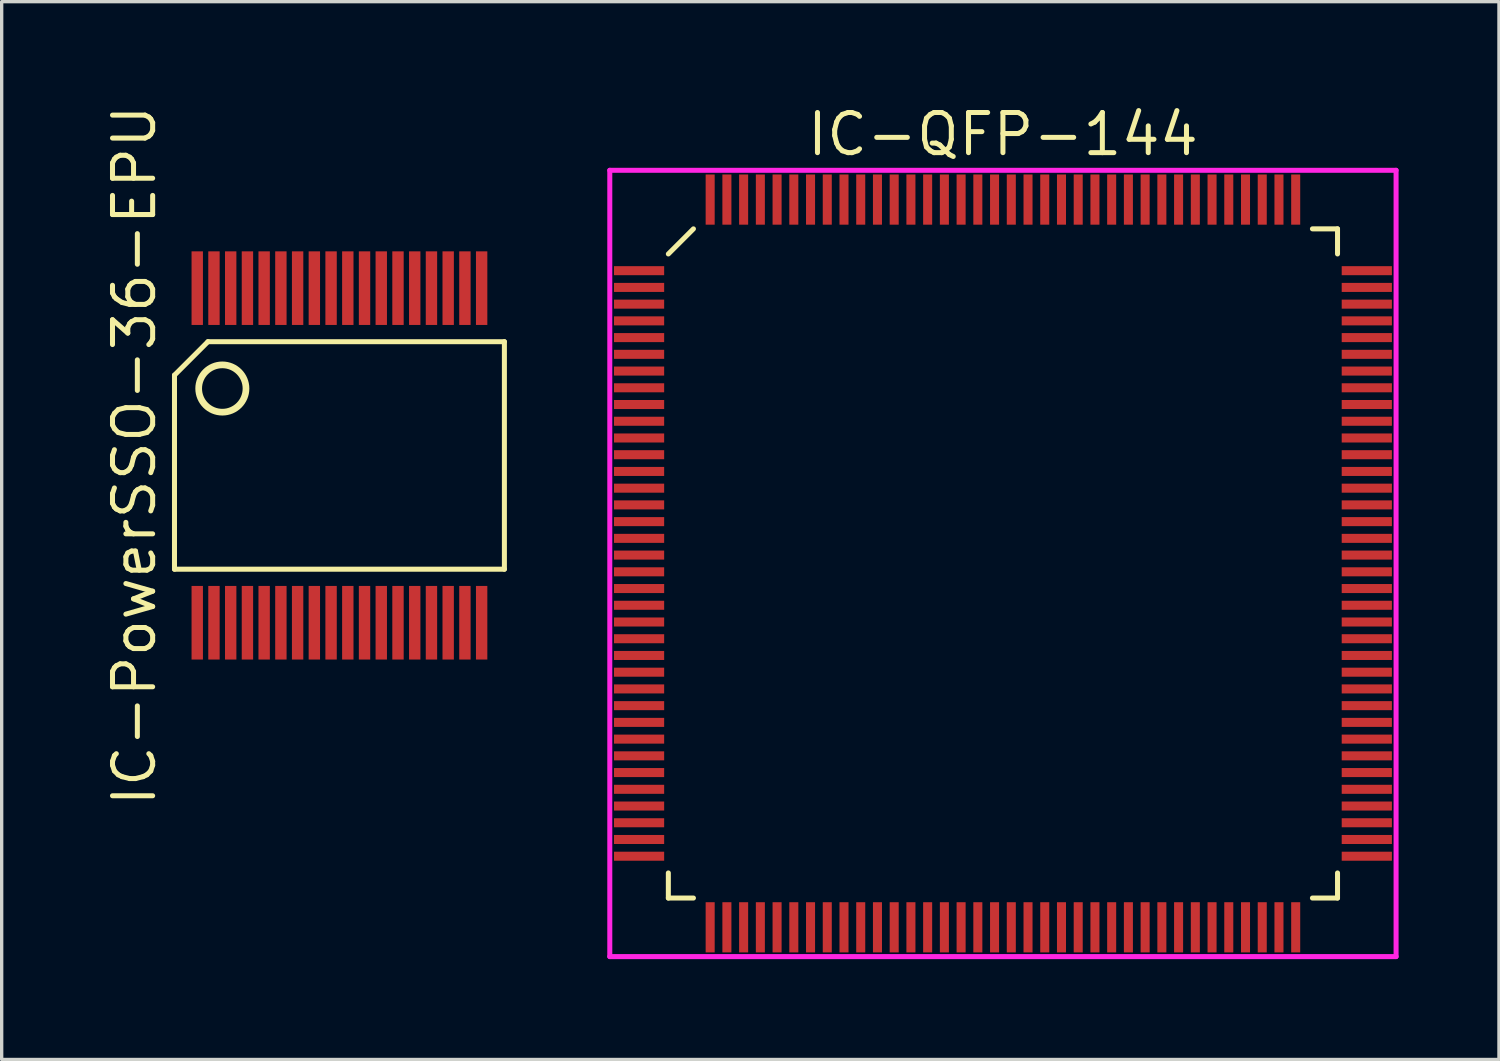
<source format=kicad_pcb>
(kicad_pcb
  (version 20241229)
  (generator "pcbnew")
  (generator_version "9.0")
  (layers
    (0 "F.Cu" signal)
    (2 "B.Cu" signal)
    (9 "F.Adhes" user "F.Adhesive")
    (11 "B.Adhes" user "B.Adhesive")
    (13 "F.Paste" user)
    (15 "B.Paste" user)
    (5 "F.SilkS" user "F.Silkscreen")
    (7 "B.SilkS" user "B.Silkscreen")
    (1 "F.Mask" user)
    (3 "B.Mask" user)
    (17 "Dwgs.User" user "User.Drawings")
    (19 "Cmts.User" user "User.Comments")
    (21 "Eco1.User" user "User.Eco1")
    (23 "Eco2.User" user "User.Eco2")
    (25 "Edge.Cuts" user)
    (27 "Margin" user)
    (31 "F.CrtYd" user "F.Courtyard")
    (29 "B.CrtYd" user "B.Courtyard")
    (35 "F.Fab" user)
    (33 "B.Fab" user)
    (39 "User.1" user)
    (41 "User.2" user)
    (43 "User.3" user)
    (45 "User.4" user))
  (footprint "IC-QFP-144"
    (layer "F.Cu")
    (at 26.925 13.79)
    (property "Reference" "IC-QFP-144" (at 0 -12.825 0) (layer "F.SilkS") (effects (font (size 1.2 1.2) (thickness 0.15))))
    (attr through_hole)
    (fp_line (start -10 -9.25) (end -9.25 -10) (stroke (width 0.15) (type solid)) (layer "F.SilkS"))
    (fp_line (start -10 10) (end -10 9.25) (stroke (width 0.15) (type solid)) (layer "F.SilkS"))
    (fp_line (start -9.25 10) (end -10 10) (stroke (width 0.15) (type solid)) (layer "F.SilkS"))
    (fp_line (start 9.25 -10) (end 10 -10) (stroke (width 0.15) (type solid)) (layer "F.SilkS"))
    (fp_line (start 9.25 10) (end 10 10) (stroke (width 0.15) (type solid)) (layer "F.SilkS"))
    (fp_line (start 10 -10) (end 10 -9.25) (stroke (width 0.15) (type solid)) (layer "F.SilkS"))
    (fp_line (start 10 10) (end 10 9.25) (stroke (width 0.15) (type solid)) (layer "F.SilkS"))
    (fp_line (start -11.75 -11.75) (end 11.75 -11.75) (stroke (width 0.15) (type solid)) (layer "F.CrtYd"))
    (fp_line (start -11.75 11.75) (end -11.75 -11.75) (stroke (width 0.15) (type solid)) (layer "F.CrtYd"))
    (fp_line (start 11.75 -11.75) (end 11.75 11.75) (stroke (width 0.15) (type solid)) (layer "F.CrtYd"))
    (fp_line (start 11.75 11.75) (end -11.75 11.75) (stroke (width 0.15) (type solid)) (layer "F.CrtYd"))
    (pad "1" smd rect (at -10.875 -8.75 90) (size 0.27 1.5) (layers "F.Cu" "F.Mask" "F.Paste"))
    (pad "2" smd rect (at -10.875 -8.25 90) (size 0.27 1.5) (layers "F.Cu" "F.Mask" "F.Paste"))
    (pad "3" smd rect (at -10.875 -7.75 90) (size 0.27 1.5) (layers "F.Cu" "F.Mask" "F.Paste"))
    (pad "4" smd rect (at -10.875 -7.25 90) (size 0.27 1.5) (layers "F.Cu" "F.Mask" "F.Paste"))
    (pad "5" smd rect (at -10.875 -6.75 90) (size 0.27 1.5) (layers "F.Cu" "F.Mask" "F.Paste"))
    (pad "6" smd rect (at -10.875 -6.25 90) (size 0.27 1.5) (layers "F.Cu" "F.Mask" "F.Paste"))
    (pad "7" smd rect (at -10.875 -5.75 90) (size 0.27 1.5) (layers "F.Cu" "F.Mask" "F.Paste"))
    (pad "8" smd rect (at -10.875 -5.25 90) (size 0.27 1.5) (layers "F.Cu" "F.Mask" "F.Paste"))
    (pad "9" smd rect (at -10.875 -4.75 90) (size 0.27 1.5) (layers "F.Cu" "F.Mask" "F.Paste"))
    (pad "10" smd rect (at -10.875 -4.25 90) (size 0.27 1.5) (layers "F.Cu" "F.Mask" "F.Paste"))
    (pad "11" smd rect (at -10.875 -3.75 90) (size 0.27 1.5) (layers "F.Cu" "F.Mask" "F.Paste"))
    (pad "12" smd rect (at -10.875 -3.25 90) (size 0.27 1.5) (layers "F.Cu" "F.Mask" "F.Paste"))
    (pad "13" smd rect (at -10.875 -2.75 90) (size 0.27 1.5) (layers "F.Cu" "F.Mask" "F.Paste"))
    (pad "14" smd rect (at -10.875 -2.25 90) (size 0.27 1.5) (layers "F.Cu" "F.Mask" "F.Paste"))
    (pad "15" smd rect (at -10.875 -1.75 90) (size 0.27 1.5) (layers "F.Cu" "F.Mask" "F.Paste"))
    (pad "16" smd rect (at -10.875 -1.25 90) (size 0.27 1.5) (layers "F.Cu" "F.Mask" "F.Paste"))
    (pad "17" smd rect (at -10.875 -0.75 90) (size 0.27 1.5) (layers "F.Cu" "F.Mask" "F.Paste"))
    (pad "18" smd rect (at -10.875 -0.25 90) (size 0.27 1.5) (layers "F.Cu" "F.Mask" "F.Paste"))
    (pad "19" smd rect (at -10.875 0.25 90) (size 0.27 1.5) (layers "F.Cu" "F.Mask" "F.Paste"))
    (pad "20" smd rect (at -10.875 0.75 90) (size 0.27 1.5) (layers "F.Cu" "F.Mask" "F.Paste"))
    (pad "21" smd rect (at -10.875 1.25 90) (size 0.27 1.5) (layers "F.Cu" "F.Mask" "F.Paste"))
    (pad "22" smd rect (at -10.875 1.75 90) (size 0.27 1.5) (layers "F.Cu" "F.Mask" "F.Paste"))
    (pad "23" smd rect (at -10.875 2.25 90) (size 0.27 1.5) (layers "F.Cu" "F.Mask" "F.Paste"))
    (pad "24" smd rect (at -10.875 2.75 90) (size 0.27 1.5) (layers "F.Cu" "F.Mask" "F.Paste"))
    (pad "25" smd rect (at -10.875 3.25 90) (size 0.27 1.5) (layers "F.Cu" "F.Mask" "F.Paste"))
    (pad "26" smd rect (at -10.875 3.75 90) (size 0.27 1.5) (layers "F.Cu" "F.Mask" "F.Paste"))
    (pad "27" smd rect (at -10.875 4.25 90) (size 0.27 1.5) (layers "F.Cu" "F.Mask" "F.Paste"))
    (pad "28" smd rect (at -10.875 4.75 90) (size 0.27 1.5) (layers "F.Cu" "F.Mask" "F.Paste"))
    (pad "29" smd rect (at -10.875 5.25 90) (size 0.27 1.5) (layers "F.Cu" "F.Mask" "F.Paste"))
    (pad "30" smd rect (at -10.875 5.75 90) (size 0.27 1.5) (layers "F.Cu" "F.Mask" "F.Paste"))
    (pad "31" smd rect (at -10.875 6.25 90) (size 0.27 1.5) (layers "F.Cu" "F.Mask" "F.Paste"))
    (pad "32" smd rect (at -10.875 6.75 90) (size 0.27 1.5) (layers "F.Cu" "F.Mask" "F.Paste"))
    (pad "33" smd rect (at -10.875 7.25 90) (size 0.27 1.5) (layers "F.Cu" "F.Mask" "F.Paste"))
    (pad "34" smd rect (at -10.875 7.75 90) (size 0.27 1.5) (layers "F.Cu" "F.Mask" "F.Paste"))
    (pad "35" smd rect (at -10.875 8.25 90) (size 0.27 1.5) (layers "F.Cu" "F.Mask" "F.Paste"))
    (pad "36" smd rect (at -10.875 8.75 90) (size 0.27 1.5) (layers "F.Cu" "F.Mask" "F.Paste"))
    (pad "37" smd rect (at -8.75 10.875) (size 0.27 1.5) (layers "F.Cu" "F.Mask" "F.Paste"))
    (pad "38" smd rect (at -8.25 10.875) (size 0.27 1.5) (layers "F.Cu" "F.Mask" "F.Paste"))
    (pad "39" smd rect (at -7.75 10.875) (size 0.27 1.5) (layers "F.Cu" "F.Mask" "F.Paste"))
    (pad "40" smd rect (at -7.25 10.875) (size 0.27 1.5) (layers "F.Cu" "F.Mask" "F.Paste"))
    (pad "41" smd rect (at -6.75 10.875) (size 0.27 1.5) (layers "F.Cu" "F.Mask" "F.Paste"))
    (pad "42" smd rect (at -6.25 10.875) (size 0.27 1.5) (layers "F.Cu" "F.Mask" "F.Paste"))
    (pad "43" smd rect (at -5.75 10.875) (size 0.27 1.5) (layers "F.Cu" "F.Mask" "F.Paste"))
    (pad "44" smd rect (at -5.25 10.875) (size 0.27 1.5) (layers "F.Cu" "F.Mask" "F.Paste"))
    (pad "45" smd rect (at -4.75 10.875) (size 0.27 1.5) (layers "F.Cu" "F.Mask" "F.Paste"))
    (pad "46" smd rect (at -4.25 10.875) (size 0.27 1.5) (layers "F.Cu" "F.Mask" "F.Paste"))
    (pad "47" smd rect (at -3.75 10.875) (size 0.27 1.5) (layers "F.Cu" "F.Mask" "F.Paste"))
    (pad "48" smd rect (at -3.25 10.875) (size 0.27 1.5) (layers "F.Cu" "F.Mask" "F.Paste"))
    (pad "49" smd rect (at -2.75 10.875) (size 0.27 1.5) (layers "F.Cu" "F.Mask" "F.Paste"))
    (pad "50" smd rect (at -2.25 10.875) (size 0.27 1.5) (layers "F.Cu" "F.Mask" "F.Paste"))
    (pad "51" smd rect (at -1.75 10.875) (size 0.27 1.5) (layers "F.Cu" "F.Mask" "F.Paste"))
    (pad "52" smd rect (at -1.25 10.875) (size 0.27 1.5) (layers "F.Cu" "F.Mask" "F.Paste"))
    (pad "53" smd rect (at -0.75 10.875) (size 0.27 1.5) (layers "F.Cu" "F.Mask" "F.Paste"))
    (pad "54" smd rect (at -0.25 10.875) (size 0.27 1.5) (layers "F.Cu" "F.Mask" "F.Paste"))
    (pad "55" smd rect (at 0.25 10.875) (size 0.27 1.5) (layers "F.Cu" "F.Mask" "F.Paste"))
    (pad "56" smd rect (at 0.75 10.875) (size 0.27 1.5) (layers "F.Cu" "F.Mask" "F.Paste"))
    (pad "57" smd rect (at 1.25 10.875) (size 0.27 1.5) (layers "F.Cu" "F.Mask" "F.Paste"))
    (pad "58" smd rect (at 1.75 10.875) (size 0.27 1.5) (layers "F.Cu" "F.Mask" "F.Paste"))
    (pad "59" smd rect (at 2.25 10.875) (size 0.27 1.5) (layers "F.Cu" "F.Mask" "F.Paste"))
    (pad "60" smd rect (at 2.75 10.875) (size 0.27 1.5) (layers "F.Cu" "F.Mask" "F.Paste"))
    (pad "61" smd rect (at 3.25 10.875) (size 0.27 1.5) (layers "F.Cu" "F.Mask" "F.Paste"))
    (pad "62" smd rect (at 3.75 10.875) (size 0.27 1.5) (layers "F.Cu" "F.Mask" "F.Paste"))
    (pad "63" smd rect (at 4.25 10.875) (size 0.27 1.5) (layers "F.Cu" "F.Mask" "F.Paste"))
    (pad "64" smd rect (at 4.75 10.875) (size 0.27 1.5) (layers "F.Cu" "F.Mask" "F.Paste"))
    (pad "65" smd rect (at 5.25 10.875) (size 0.27 1.5) (layers "F.Cu" "F.Mask" "F.Paste"))
    (pad "66" smd rect (at 5.75 10.875) (size 0.27 1.5) (layers "F.Cu" "F.Mask" "F.Paste"))
    (pad "67" smd rect (at 6.25 10.875) (size 0.27 1.5) (layers "F.Cu" "F.Mask" "F.Paste"))
    (pad "68" smd rect (at 6.75 10.875) (size 0.27 1.5) (layers "F.Cu" "F.Mask" "F.Paste"))
    (pad "69" smd rect (at 7.25 10.875) (size 0.27 1.5) (layers "F.Cu" "F.Mask" "F.Paste"))
    (pad "70" smd rect (at 7.75 10.875) (size 0.27 1.5) (layers "F.Cu" "F.Mask" "F.Paste"))
    (pad "71" smd rect (at 8.25 10.875) (size 0.27 1.5) (layers "F.Cu" "F.Mask" "F.Paste"))
    (pad "72" smd rect (at 8.75 10.875) (size 0.27 1.5) (layers "F.Cu" "F.Mask" "F.Paste"))
    (pad "73" smd rect (at 10.875 8.75 90) (size 0.27 1.5) (layers "F.Cu" "F.Mask" "F.Paste"))
    (pad "74" smd rect (at 10.875 8.25 90) (size 0.27 1.5) (layers "F.Cu" "F.Mask" "F.Paste"))
    (pad "75" smd rect (at 10.875 7.75 90) (size 0.27 1.5) (layers "F.Cu" "F.Mask" "F.Paste"))
    (pad "76" smd rect (at 10.875 7.25 90) (size 0.27 1.5) (layers "F.Cu" "F.Mask" "F.Paste"))
    (pad "77" smd rect (at 10.875 6.75 90) (size 0.27 1.5) (layers "F.Cu" "F.Mask" "F.Paste"))
    (pad "78" smd rect (at 10.875 6.25 90) (size 0.27 1.5) (layers "F.Cu" "F.Mask" "F.Paste"))
    (pad "79" smd rect (at 10.875 5.75 90) (size 0.27 1.5) (layers "F.Cu" "F.Mask" "F.Paste"))
    (pad "80" smd rect (at 10.875 5.25 90) (size 0.27 1.5) (layers "F.Cu" "F.Mask" "F.Paste"))
    (pad "81" smd rect (at 10.875 4.75 90) (size 0.27 1.5) (layers "F.Cu" "F.Mask" "F.Paste"))
    (pad "82" smd rect (at 10.875 4.25 90) (size 0.27 1.5) (layers "F.Cu" "F.Mask" "F.Paste"))
    (pad "83" smd rect (at 10.875 3.75 90) (size 0.27 1.5) (layers "F.Cu" "F.Mask" "F.Paste"))
    (pad "84" smd rect (at 10.875 3.25 90) (size 0.27 1.5) (layers "F.Cu" "F.Mask" "F.Paste"))
    (pad "85" smd rect (at 10.875 2.75 90) (size 0.27 1.5) (layers "F.Cu" "F.Mask" "F.Paste"))
    (pad "86" smd rect (at 10.875 2.25 90) (size 0.27 1.5) (layers "F.Cu" "F.Mask" "F.Paste"))
    (pad "87" smd rect (at 10.875 1.75 90) (size 0.27 1.5) (layers "F.Cu" "F.Mask" "F.Paste"))
    (pad "88" smd rect (at 10.875 1.25 90) (size 0.27 1.5) (layers "F.Cu" "F.Mask" "F.Paste"))
    (pad "89" smd rect (at 10.875 0.75 90) (size 0.27 1.5) (layers "F.Cu" "F.Mask" "F.Paste"))
    (pad "90" smd rect (at 10.875 0.25 90) (size 0.27 1.5) (layers "F.Cu" "F.Mask" "F.Paste"))
    (pad "91" smd rect (at 10.875 -0.25 90) (size 0.27 1.5) (layers "F.Cu" "F.Mask" "F.Paste"))
    (pad "92" smd rect (at 10.875 -0.75 90) (size 0.27 1.5) (layers "F.Cu" "F.Mask" "F.Paste"))
    (pad "93" smd rect (at 10.875 -1.25 90) (size 0.27 1.5) (layers "F.Cu" "F.Mask" "F.Paste"))
    (pad "94" smd rect (at 10.875 -1.75 90) (size 0.27 1.5) (layers "F.Cu" "F.Mask" "F.Paste"))
    (pad "95" smd rect (at 10.875 -2.25 90) (size 0.27 1.5) (layers "F.Cu" "F.Mask" "F.Paste"))
    (pad "96" smd rect (at 10.875 -2.75 90) (size 0.27 1.5) (layers "F.Cu" "F.Mask" "F.Paste"))
    (pad "97" smd rect (at 10.875 -3.25 90) (size 0.27 1.5) (layers "F.Cu" "F.Mask" "F.Paste"))
    (pad "98" smd rect (at 10.875 -3.75 90) (size 0.27 1.5) (layers "F.Cu" "F.Mask" "F.Paste"))
    (pad "99" smd rect (at 10.875 -4.25 90) (size 0.27 1.5) (layers "F.Cu" "F.Mask" "F.Paste"))
    (pad "100" smd rect (at 10.875 -4.75 90) (size 0.27 1.5) (layers "F.Cu" "F.Mask" "F.Paste"))
    (pad "101" smd rect (at 10.875 -5.25 90) (size 0.27 1.5) (layers "F.Cu" "F.Mask" "F.Paste"))
    (pad "102" smd rect (at 10.875 -5.75 90) (size 0.27 1.5) (layers "F.Cu" "F.Mask" "F.Paste"))
    (pad "103" smd rect (at 10.875 -6.25 90) (size 0.27 1.5) (layers "F.Cu" "F.Mask" "F.Paste"))
    (pad "104" smd rect (at 10.875 -6.75 90) (size 0.27 1.5) (layers "F.Cu" "F.Mask" "F.Paste"))
    (pad "105" smd rect (at 10.875 -7.25 90) (size 0.27 1.5) (layers "F.Cu" "F.Mask" "F.Paste"))
    (pad "106" smd rect (at 10.875 -7.75 90) (size 0.27 1.5) (layers "F.Cu" "F.Mask" "F.Paste"))
    (pad "107" smd rect (at 10.875 -8.25 90) (size 0.27 1.5) (layers "F.Cu" "F.Mask" "F.Paste"))
    (pad "108" smd rect (at 10.875 -8.75 90) (size 0.27 1.5) (layers "F.Cu" "F.Mask" "F.Paste"))
    (pad "109" smd rect (at 8.75 -10.875) (size 0.27 1.5) (layers "F.Cu" "F.Mask" "F.Paste"))
    (pad "110" smd rect (at 8.25 -10.875) (size 0.27 1.5) (layers "F.Cu" "F.Mask" "F.Paste"))
    (pad "111" smd rect (at 7.75 -10.875) (size 0.27 1.5) (layers "F.Cu" "F.Mask" "F.Paste"))
    (pad "112" smd rect (at 7.25 -10.875) (size 0.27 1.5) (layers "F.Cu" "F.Mask" "F.Paste"))
    (pad "113" smd rect (at 6.75 -10.875) (size 0.27 1.5) (layers "F.Cu" "F.Mask" "F.Paste"))
    (pad "114" smd rect (at 6.25 -10.875) (size 0.27 1.5) (layers "F.Cu" "F.Mask" "F.Paste"))
    (pad "115" smd rect (at 5.75 -10.875) (size 0.27 1.5) (layers "F.Cu" "F.Mask" "F.Paste"))
    (pad "116" smd rect (at 5.25 -10.875) (size 0.27 1.5) (layers "F.Cu" "F.Mask" "F.Paste"))
    (pad "117" smd rect (at 4.75 -10.875) (size 0.27 1.5) (layers "F.Cu" "F.Mask" "F.Paste"))
    (pad "118" smd rect (at 4.25 -10.875) (size 0.27 1.5) (layers "F.Cu" "F.Mask" "F.Paste"))
    (pad "119" smd rect (at 3.75 -10.875) (size 0.27 1.5) (layers "F.Cu" "F.Mask" "F.Paste"))
    (pad "120" smd rect (at 3.25 -10.875) (size 0.27 1.5) (layers "F.Cu" "F.Mask" "F.Paste"))
    (pad "121" smd rect (at 2.75 -10.875) (size 0.27 1.5) (layers "F.Cu" "F.Mask" "F.Paste"))
    (pad "122" smd rect (at 2.25 -10.875) (size 0.27 1.5) (layers "F.Cu" "F.Mask" "F.Paste"))
    (pad "123" smd rect (at 1.75 -10.875) (size 0.27 1.5) (layers "F.Cu" "F.Mask" "F.Paste"))
    (pad "124" smd rect (at 1.25 -10.875) (size 0.27 1.5) (layers "F.Cu" "F.Mask" "F.Paste"))
    (pad "125" smd rect (at 0.75 -10.875) (size 0.27 1.5) (layers "F.Cu" "F.Mask" "F.Paste"))
    (pad "126" smd rect (at 0.25 -10.875) (size 0.27 1.5) (layers "F.Cu" "F.Mask" "F.Paste"))
    (pad "127" smd rect (at -0.25 -10.875) (size 0.27 1.5) (layers "F.Cu" "F.Mask" "F.Paste"))
    (pad "128" smd rect (at -0.75 -10.875) (size 0.27 1.5) (layers "F.Cu" "F.Mask" "F.Paste"))
    (pad "129" smd rect (at -1.25 -10.875) (size 0.27 1.5) (layers "F.Cu" "F.Mask" "F.Paste"))
    (pad "130" smd rect (at -1.75 -10.875) (size 0.27 1.5) (layers "F.Cu" "F.Mask" "F.Paste"))
    (pad "131" smd rect (at -2.25 -10.875) (size 0.27 1.5) (layers "F.Cu" "F.Mask" "F.Paste"))
    (pad "132" smd rect (at -2.75 -10.875) (size 0.27 1.5) (layers "F.Cu" "F.Mask" "F.Paste"))
    (pad "133" smd rect (at -3.25 -10.875) (size 0.27 1.5) (layers "F.Cu" "F.Mask" "F.Paste"))
    (pad "134" smd rect (at -3.75 -10.875) (size 0.27 1.5) (layers "F.Cu" "F.Mask" "F.Paste"))
    (pad "135" smd rect (at -4.25 -10.875) (size 0.27 1.5) (layers "F.Cu" "F.Mask" "F.Paste"))
    (pad "136" smd rect (at -4.75 -10.875) (size 0.27 1.5) (layers "F.Cu" "F.Mask" "F.Paste"))
    (pad "137" smd rect (at -5.25 -10.875) (size 0.27 1.5) (layers "F.Cu" "F.Mask" "F.Paste"))
    (pad "138" smd rect (at -5.75 -10.875) (size 0.27 1.5) (layers "F.Cu" "F.Mask" "F.Paste"))
    (pad "139" smd rect (at -6.25 -10.875) (size 0.27 1.5) (layers "F.Cu" "F.Mask" "F.Paste"))
    (pad "140" smd rect (at -6.75 -10.875) (size 0.27 1.5) (layers "F.Cu" "F.Mask" "F.Paste"))
    (pad "141" smd rect (at -7.25 -10.875) (size 0.27 1.5) (layers "F.Cu" "F.Mask" "F.Paste"))
    (pad "142" smd rect (at -7.75 -10.875) (size 0.27 1.5) (layers "F.Cu" "F.Mask" "F.Paste"))
    (pad "143" smd rect (at -8.25 -10.875) (size 0.27 1.5) (layers "F.Cu" "F.Mask" "F.Paste"))
    (pad "144" smd rect (at -8.75 -10.875) (size 0.27 1.5) (layers "F.Cu" "F.Mask" "F.Paste")))
  (footprint "IC-PowerSSO-36-EPU"
    (layer "F.Cu")
    (at 7.095 10.562)
    (property "Reference" "IC-PowerSSO-36-EPU" (at -6.13 0 90) (layer "F.SilkS") (effects (font (size 1.2 1.2) (thickness 0.15))))
    (attr through_hole)
    (fp_line (start -4.93 -2.4) (end -4.93 3.4) (stroke (width 0.15) (type solid)) (layer "F.SilkS"))
    (fp_line (start -4.93 3.4) (end 4.93 3.4) (stroke (width 0.15) (type solid)) (layer "F.SilkS"))
    (fp_line (start -3.93 -3.4) (end -4.93 -2.4) (stroke (width 0.15) (type solid)) (layer "F.SilkS"))
    (fp_line (start 4.93 -3.4) (end -3.93 -3.4) (stroke (width 0.15) (type solid)) (layer "F.SilkS"))
    (fp_line (start 4.93 3.4) (end 4.93 -3.4) (stroke (width 0.15) (type solid)) (layer "F.SilkS"))
    (fp_circle (center -3.5 -2) (end -3 -1.5) (stroke (width 0.2) (type solid)) (fill no) (layer "F.SilkS"))
    (pad "1" smd rect (at -4.25 -5) (size 0.34 2.2) (layers "F.Cu" "F.Mask" "F.Paste"))
    (pad "2" smd rect (at -3.75 -5) (size 0.34 2.2) (layers "F.Cu" "F.Mask" "F.Paste"))
    (pad "3" smd rect (at -3.25 -5) (size 0.34 2.2) (layers "F.Cu" "F.Mask" "F.Paste"))
    (pad "4" smd rect (at -2.75 -5) (size 0.34 2.2) (layers "F.Cu" "F.Mask" "F.Paste"))
    (pad "5" smd rect (at -2.25 -5) (size 0.34 2.2) (layers "F.Cu" "F.Mask" "F.Paste"))
    (pad "6" smd rect (at -1.75 -5) (size 0.34 2.2) (layers "F.Cu" "F.Mask" "F.Paste"))
    (pad "7" smd rect (at -1.25 -5) (size 0.34 2.2) (layers "F.Cu" "F.Mask" "F.Paste"))
    (pad "8" smd rect (at -0.75 -5) (size 0.34 2.2) (layers "F.Cu" "F.Mask" "F.Paste"))
    (pad "9" smd rect (at -0.25 -5) (size 0.34 2.2) (layers "F.Cu" "F.Mask" "F.Paste"))
    (pad "10" smd rect (at 0.25 -5) (size 0.34 2.2) (layers "F.Cu" "F.Mask" "F.Paste"))
    (pad "11" smd rect (at 0.75 -5) (size 0.34 2.2) (layers "F.Cu" "F.Mask" "F.Paste"))
    (pad "12" smd rect (at 1.25 -5) (size 0.34 2.2) (layers "F.Cu" "F.Mask" "F.Paste"))
    (pad "13" smd rect (at 1.75 -5) (size 0.34 2.2) (layers "F.Cu" "F.Mask" "F.Paste"))
    (pad "14" smd rect (at 2.25 -5) (size 0.34 2.2) (layers "F.Cu" "F.Mask" "F.Paste"))
    (pad "15" smd rect (at 2.75 -5) (size 0.34 2.2) (layers "F.Cu" "F.Mask" "F.Paste"))
    (pad "16" smd rect (at 3.25 -5) (size 0.34 2.2) (layers "F.Cu" "F.Mask" "F.Paste"))
    (pad "17" smd rect (at 3.75 -5) (size 0.34 2.2) (layers "F.Cu" "F.Mask" "F.Paste"))
    (pad "18" smd rect (at 4.25 -5) (size 0.34 2.2) (layers "F.Cu" "F.Mask" "F.Paste"))
    (pad "19" smd rect (at 4.25 5) (size 0.34 2.2) (layers "F.Cu" "F.Mask" "F.Paste"))
    (pad "20" smd rect (at 3.75 5) (size 0.34 2.2) (layers "F.Cu" "F.Mask" "F.Paste"))
    (pad "21" smd rect (at 3.25 5) (size 0.34 2.2) (layers "F.Cu" "F.Mask" "F.Paste"))
    (pad "22" smd rect (at 2.75 5) (size 0.34 2.2) (layers "F.Cu" "F.Mask" "F.Paste"))
    (pad "23" smd rect (at 2.25 5) (size 0.34 2.2) (layers "F.Cu" "F.Mask" "F.Paste"))
    (pad "24" smd rect (at 1.75 5) (size 0.34 2.2) (layers "F.Cu" "F.Mask" "F.Paste"))
    (pad "25" smd rect (at 1.25 5) (size 0.34 2.2) (layers "F.Cu" "F.Mask" "F.Paste"))
    (pad "26" smd rect (at 0.75 5) (size 0.34 2.2) (layers "F.Cu" "F.Mask" "F.Paste"))
    (pad "27" smd rect (at 0.25 5) (size 0.34 2.2) (layers "F.Cu" "F.Mask" "F.Paste"))
    (pad "28" smd rect (at -0.25 5) (size 0.34 2.2) (layers "F.Cu" "F.Mask" "F.Paste"))
    (pad "29" smd rect (at -0.75 5) (size 0.34 2.2) (layers "F.Cu" "F.Mask" "F.Paste"))
    (pad "30" smd rect (at -1.25 5) (size 0.34 2.2) (layers "F.Cu" "F.Mask" "F.Paste"))
    (pad "31" smd rect (at -1.75 5) (size 0.34 2.2) (layers "F.Cu" "F.Mask" "F.Paste"))
    (pad "32" smd rect (at -2.25 5) (size 0.34 2.2) (layers "F.Cu" "F.Mask" "F.Paste"))
    (pad "33" smd rect (at -2.75 5) (size 0.34 2.2) (layers "F.Cu" "F.Mask" "F.Paste"))
    (pad "34" smd rect (at -3.25 5) (size 0.34 2.2) (layers "F.Cu" "F.Mask" "F.Paste"))
    (pad "35" smd rect (at -3.75 5) (size 0.34 2.2) (layers "F.Cu" "F.Mask" "F.Paste"))
    (pad "36" smd rect (at -4.25 5) (size 0.34 2.2) (layers "F.Cu" "F.Mask" "F.Paste")))
  (gr_rect
    (start -3 -3)
    (end 41.75 28.615)
    (stroke (width 0.1) (type default))
    (fill no)
    (layer "Edge.Cuts")))
</source>
